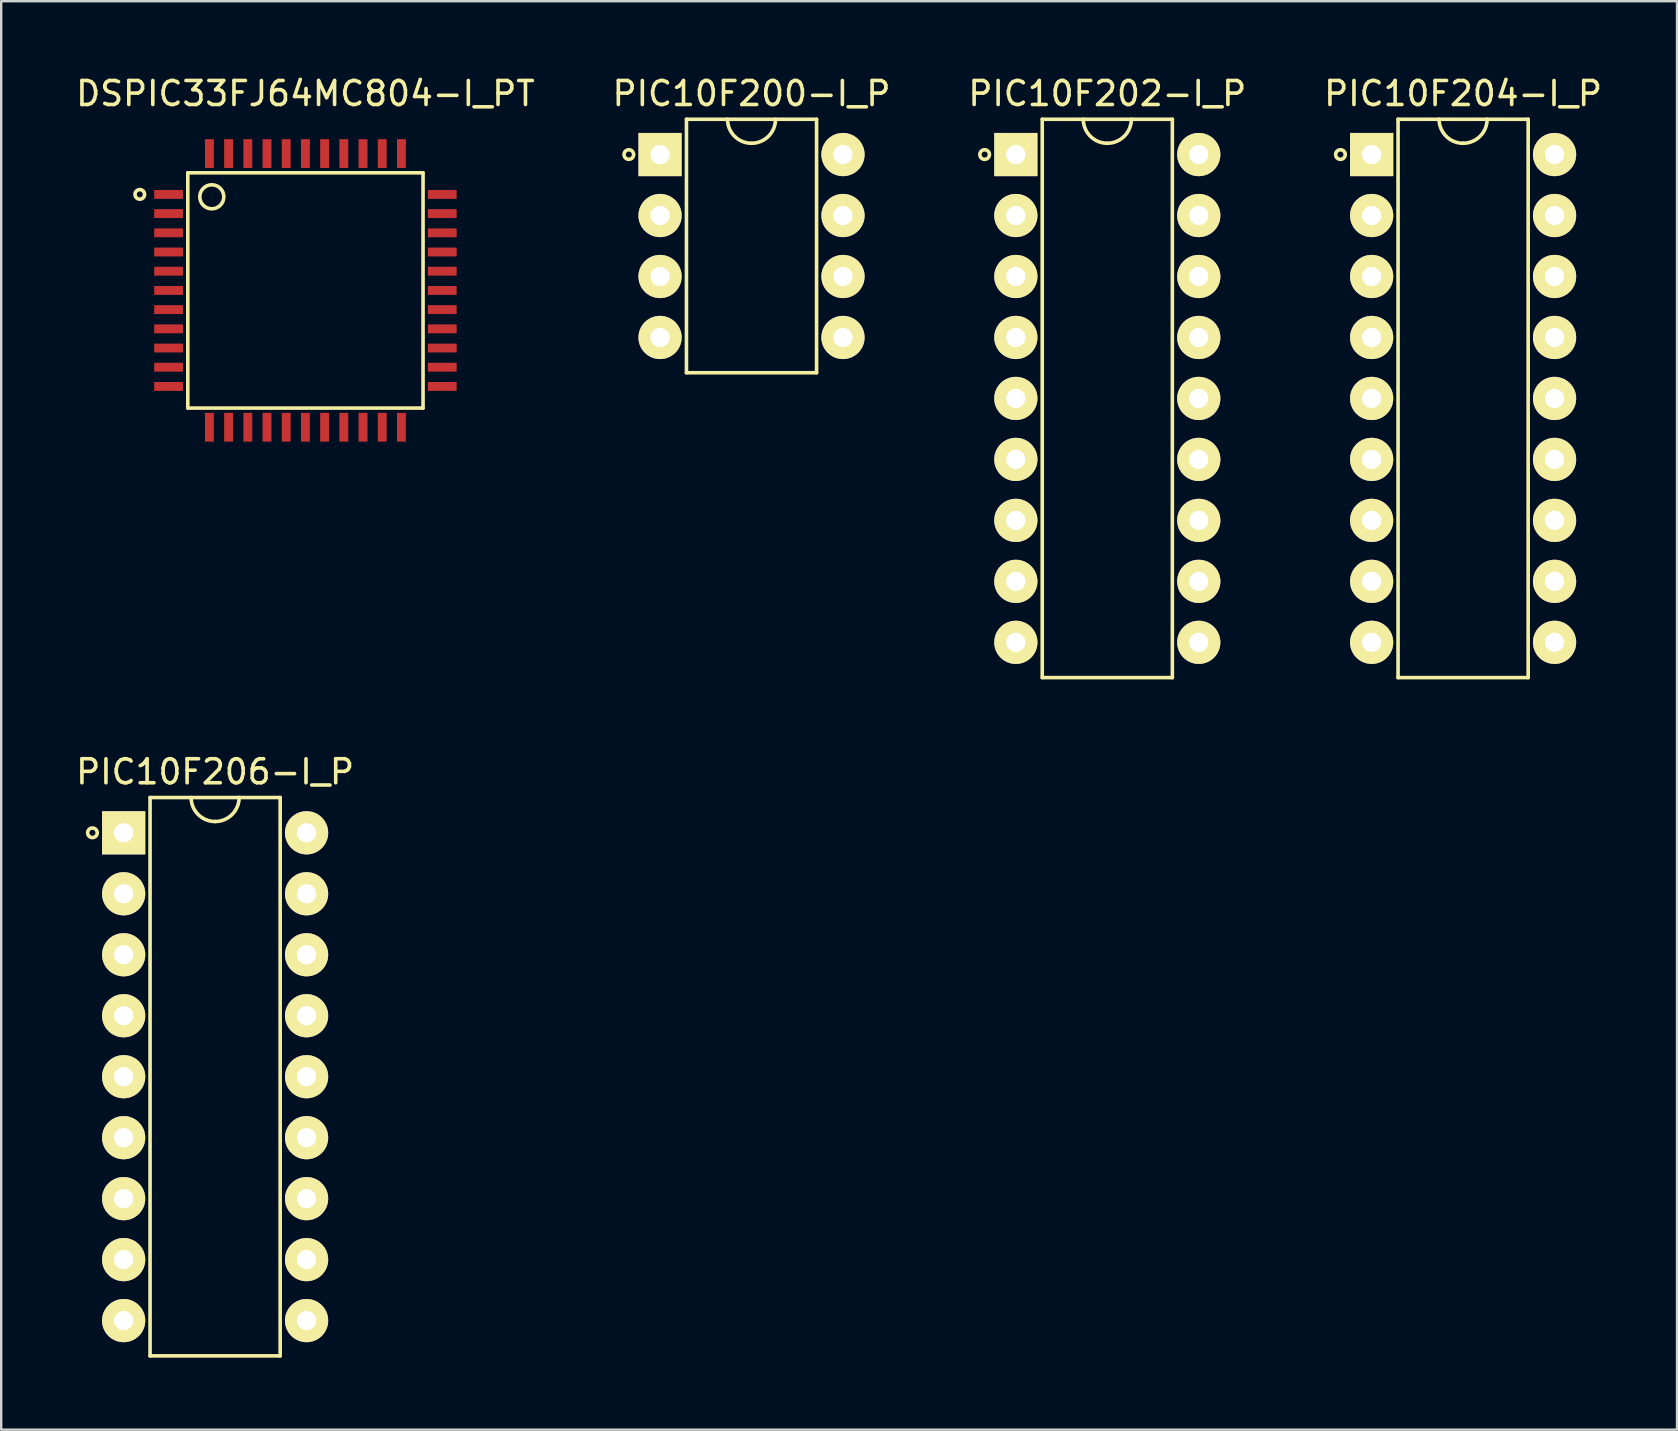
<source format=kicad_pcb>
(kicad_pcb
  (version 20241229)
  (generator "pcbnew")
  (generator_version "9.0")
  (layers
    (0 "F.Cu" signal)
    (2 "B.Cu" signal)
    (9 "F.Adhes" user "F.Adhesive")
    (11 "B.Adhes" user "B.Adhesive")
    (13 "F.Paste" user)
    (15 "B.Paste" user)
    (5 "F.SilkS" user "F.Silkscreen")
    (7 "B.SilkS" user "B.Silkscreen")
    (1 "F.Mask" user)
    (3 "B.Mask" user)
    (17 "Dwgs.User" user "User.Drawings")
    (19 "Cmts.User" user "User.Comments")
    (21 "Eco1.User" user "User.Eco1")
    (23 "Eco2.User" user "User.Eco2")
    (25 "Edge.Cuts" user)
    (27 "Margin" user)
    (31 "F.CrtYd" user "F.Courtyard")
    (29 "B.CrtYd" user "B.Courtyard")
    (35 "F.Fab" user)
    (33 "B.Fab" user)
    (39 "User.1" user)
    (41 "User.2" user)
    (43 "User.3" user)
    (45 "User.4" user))
  (footprint "PIC10F200-I_P"
    (layer "F.Cu")
    (at 24.446 3.388)
    (property "Reference" "PIC10F200-I_P" (at 3.81 -2.54 0) (layer "F.SilkS") (effects (font (size 1 1) (thickness 0.15))))
    (attr through_hole)
    (fp_line (start 1.1 -1.47) (end 6.52 -1.47) (stroke (width 0.15) (type solid)) (layer "F.SilkS"))
    (fp_line (start 1.1 9.09) (end 1.1 -1.47) (stroke (width 0.15) (type solid)) (layer "F.SilkS"))
    (fp_line (start 6.52 -1.47) (end 6.52 9.09) (stroke (width 0.15) (type solid)) (layer "F.SilkS"))
    (fp_line (start 6.52 9.09) (end 1.1 9.09) (stroke (width 0.15) (type solid)) (layer "F.SilkS"))
    (fp_arc (start 3.81 -0.47) (mid 3.102893 -0.762893) (end 2.81 -1.47) (stroke (width 0.15) (type solid)) (layer "F.SilkS"))
    (fp_arc (start 4.81 -1.47) (mid 4.517107 -0.762893) (end 3.81 -0.47) (stroke (width 0.15) (type solid)) (layer "F.SilkS"))
    (fp_circle (center -1.3 0) (end -1.3 0.2) (stroke (width 0.15) (type solid)) (fill no) (layer "F.SilkS"))
    (pad "1" thru_hole rect (at 0 0) (size 1.8 1.8) (drill 0.8) (layers "*.Cu" "*.Mask" "F.SilkS"))
    (pad "2" thru_hole circle (at 0 2.54) (size 1.8 1.8) (drill 0.8) (layers "*.Cu" "*.Mask" "F.SilkS"))
    (pad "3" thru_hole circle (at 0 5.08) (size 1.8 1.8) (drill 0.8) (layers "*.Cu" "*.Mask" "F.SilkS"))
    (pad "4" thru_hole circle (at 0 7.62) (size 1.8 1.8) (drill 0.8) (layers "*.Cu" "*.Mask" "F.SilkS"))
    (pad "5" thru_hole circle (at 7.62 7.62) (size 1.8 1.8) (drill 0.8) (layers "*.Cu" "*.Mask" "F.SilkS"))
    (pad "6" thru_hole circle (at 7.62 5.08) (size 1.8 1.8) (drill 0.8) (layers "*.Cu" "*.Mask" "F.SilkS"))
    (pad "7" thru_hole circle (at 7.62 2.54) (size 1.8 1.8) (drill 0.8) (layers "*.Cu" "*.Mask" "F.SilkS"))
    (pad "8" thru_hole circle (at 7.62 0) (size 1.8 1.8) (drill 0.8) (layers "*.Cu" "*.Mask" "F.SilkS")))
  (footprint "PIC10F206-I_P"
    (layer "F.Cu")
    (at 2.101 31.642)
    (property "Reference" "PIC10F206-I_P" (at 3.81 -2.54 0) (layer "F.SilkS") (effects (font (size 1 1) (thickness 0.15))))
    (attr through_hole)
    (fp_line (start 1.1 -1.47) (end 6.52 -1.47) (stroke (width 0.15) (type solid)) (layer "F.SilkS"))
    (fp_line (start 1.1 21.79) (end 1.1 -1.47) (stroke (width 0.15) (type solid)) (layer "F.SilkS"))
    (fp_line (start 6.52 -1.47) (end 6.52 21.79) (stroke (width 0.15) (type solid)) (layer "F.SilkS"))
    (fp_line (start 6.52 21.79) (end 1.1 21.79) (stroke (width 0.15) (type solid)) (layer "F.SilkS"))
    (fp_arc (start 3.81 -0.47) (mid 3.102893 -0.762893) (end 2.81 -1.47) (stroke (width 0.15) (type solid)) (layer "F.SilkS"))
    (fp_arc (start 4.81 -1.47) (mid 4.517107 -0.762893) (end 3.81 -0.47) (stroke (width 0.15) (type solid)) (layer "F.SilkS"))
    (fp_circle (center -1.3 0) (end -1.3 0.2) (stroke (width 0.15) (type solid)) (fill no) (layer "F.SilkS"))
    (pad "1" thru_hole rect (at 0 0) (size 1.8 1.8) (drill 0.8) (layers "*.Cu" "*.Mask" "F.SilkS"))
    (pad "2" thru_hole circle (at 0 2.54) (size 1.8 1.8) (drill 0.8) (layers "*.Cu" "*.Mask" "F.SilkS"))
    (pad "3" thru_hole circle (at 0 5.08) (size 1.8 1.8) (drill 0.8) (layers "*.Cu" "*.Mask" "F.SilkS"))
    (pad "4" thru_hole circle (at 0 7.62) (size 1.8 1.8) (drill 0.8) (layers "*.Cu" "*.Mask" "F.SilkS"))
    (pad "5" thru_hole circle (at 0 10.16) (size 1.8 1.8) (drill 0.8) (layers "*.Cu" "*.Mask" "F.SilkS"))
    (pad "6" thru_hole circle (at 0 12.7) (size 1.8 1.8) (drill 0.8) (layers "*.Cu" "*.Mask" "F.SilkS"))
    (pad "7" thru_hole circle (at 0 15.24) (size 1.8 1.8) (drill 0.8) (layers "*.Cu" "*.Mask" "F.SilkS"))
    (pad "8" thru_hole circle (at 0 17.78) (size 1.8 1.8) (drill 0.8) (layers "*.Cu" "*.Mask" "F.SilkS"))
    (pad "9" thru_hole circle (at 0 20.32) (size 1.8 1.8) (drill 0.8) (layers "*.Cu" "*.Mask" "F.SilkS"))
    (pad "10" thru_hole circle (at 7.62 20.32) (size 1.8 1.8) (drill 0.8) (layers "*.Cu" "*.Mask" "F.SilkS"))
    (pad "11" thru_hole circle (at 7.62 17.78) (size 1.8 1.8) (drill 0.8) (layers "*.Cu" "*.Mask" "F.SilkS"))
    (pad "12" thru_hole circle (at 7.62 15.24) (size 1.8 1.8) (drill 0.8) (layers "*.Cu" "*.Mask" "F.SilkS"))
    (pad "13" thru_hole circle (at 7.62 12.7) (size 1.8 1.8) (drill 0.8) (layers "*.Cu" "*.Mask" "F.SilkS"))
    (pad "14" thru_hole circle (at 7.62 10.16) (size 1.8 1.8) (drill 0.8) (layers "*.Cu" "*.Mask" "F.SilkS"))
    (pad "15" thru_hole circle (at 7.62 7.62) (size 1.8 1.8) (drill 0.8) (layers "*.Cu" "*.Mask" "F.SilkS"))
    (pad "16" thru_hole circle (at 7.62 5.08) (size 1.8 1.8) (drill 0.8) (layers "*.Cu" "*.Mask" "F.SilkS"))
    (pad "17" thru_hole circle (at 7.62 2.54) (size 1.8 1.8) (drill 0.8) (layers "*.Cu" "*.Mask" "F.SilkS"))
    (pad "18" thru_hole circle (at 7.62 0) (size 1.8 1.8) (drill 0.8) (layers "*.Cu" "*.Mask" "F.SilkS")))
  (footprint "PIC10F204-I_P"
    (layer "F.Cu")
    (at 54.089 3.388)
    (property "Reference" "PIC10F204-I_P" (at 3.81 -2.54 0) (layer "F.SilkS") (effects (font (size 1 1) (thickness 0.15))))
    (attr through_hole)
    (fp_line (start 1.1 -1.47) (end 6.52 -1.47) (stroke (width 0.15) (type solid)) (layer "F.SilkS"))
    (fp_line (start 1.1 21.79) (end 1.1 -1.47) (stroke (width 0.15) (type solid)) (layer "F.SilkS"))
    (fp_line (start 6.52 -1.47) (end 6.52 21.79) (stroke (width 0.15) (type solid)) (layer "F.SilkS"))
    (fp_line (start 6.52 21.79) (end 1.1 21.79) (stroke (width 0.15) (type solid)) (layer "F.SilkS"))
    (fp_arc (start 3.81 -0.47) (mid 3.102893 -0.762893) (end 2.81 -1.47) (stroke (width 0.15) (type solid)) (layer "F.SilkS"))
    (fp_arc (start 4.81 -1.47) (mid 4.517107 -0.762893) (end 3.81 -0.47) (stroke (width 0.15) (type solid)) (layer "F.SilkS"))
    (fp_circle (center -1.3 0) (end -1.3 0.2) (stroke (width 0.15) (type solid)) (fill no) (layer "F.SilkS"))
    (pad "1" thru_hole rect (at 0 0) (size 1.8 1.8) (drill 0.8) (layers "*.Cu" "*.Mask" "F.SilkS"))
    (pad "2" thru_hole circle (at 0 2.54) (size 1.8 1.8) (drill 0.8) (layers "*.Cu" "*.Mask" "F.SilkS"))
    (pad "3" thru_hole circle (at 0 5.08) (size 1.8 1.8) (drill 0.8) (layers "*.Cu" "*.Mask" "F.SilkS"))
    (pad "4" thru_hole circle (at 0 7.62) (size 1.8 1.8) (drill 0.8) (layers "*.Cu" "*.Mask" "F.SilkS"))
    (pad "5" thru_hole circle (at 0 10.16) (size 1.8 1.8) (drill 0.8) (layers "*.Cu" "*.Mask" "F.SilkS"))
    (pad "6" thru_hole circle (at 0 12.7) (size 1.8 1.8) (drill 0.8) (layers "*.Cu" "*.Mask" "F.SilkS"))
    (pad "7" thru_hole circle (at 0 15.24) (size 1.8 1.8) (drill 0.8) (layers "*.Cu" "*.Mask" "F.SilkS"))
    (pad "8" thru_hole circle (at 0 17.78) (size 1.8 1.8) (drill 0.8) (layers "*.Cu" "*.Mask" "F.SilkS"))
    (pad "9" thru_hole circle (at 0 20.32) (size 1.8 1.8) (drill 0.8) (layers "*.Cu" "*.Mask" "F.SilkS"))
    (pad "10" thru_hole circle (at 7.62 20.32) (size 1.8 1.8) (drill 0.8) (layers "*.Cu" "*.Mask" "F.SilkS"))
    (pad "11" thru_hole circle (at 7.62 17.78) (size 1.8 1.8) (drill 0.8) (layers "*.Cu" "*.Mask" "F.SilkS"))
    (pad "12" thru_hole circle (at 7.62 15.24) (size 1.8 1.8) (drill 0.8) (layers "*.Cu" "*.Mask" "F.SilkS"))
    (pad "13" thru_hole circle (at 7.62 12.7) (size 1.8 1.8) (drill 0.8) (layers "*.Cu" "*.Mask" "F.SilkS"))
    (pad "14" thru_hole circle (at 7.62 10.16) (size 1.8 1.8) (drill 0.8) (layers "*.Cu" "*.Mask" "F.SilkS"))
    (pad "15" thru_hole circle (at 7.62 7.62) (size 1.8 1.8) (drill 0.8) (layers "*.Cu" "*.Mask" "F.SilkS"))
    (pad "16" thru_hole circle (at 7.62 5.08) (size 1.8 1.8) (drill 0.8) (layers "*.Cu" "*.Mask" "F.SilkS"))
    (pad "17" thru_hole circle (at 7.62 2.54) (size 1.8 1.8) (drill 0.8) (layers "*.Cu" "*.Mask" "F.SilkS"))
    (pad "18" thru_hole circle (at 7.62 0) (size 1.8 1.8) (drill 0.8) (layers "*.Cu" "*.Mask" "F.SilkS")))
  (footprint "DSPIC33FJ64MC804-I_PT"
    (layer "F.Cu")
    (at 3.973 3.348)
    (property "Reference" "DSPIC33FJ64MC804-I_PT" (at 5.7 -2.5 0) (layer "F.SilkS") (effects (font (size 1 1) (thickness 0.15))))
    (attr through_hole)
    (fp_line (start 0.8 0.8) (end 0.8 10.6) (stroke (width 0.15) (type solid)) (layer "F.SilkS"))
    (fp_line (start 0.8 0.8) (end 10.6 0.8) (stroke (width 0.15) (type solid)) (layer "F.SilkS"))
    (fp_line (start 0.8 10.6) (end 10.6 10.6) (stroke (width 0.15) (type solid)) (layer "F.SilkS"))
    (fp_line (start 10.6 10.6) (end 10.6 0.8) (stroke (width 0.15) (type solid)) (layer "F.SilkS"))
    (fp_circle (center -1.2 1.7) (end -1.2 1.5) (stroke (width 0.15) (type solid)) (fill no) (layer "F.SilkS"))
    (fp_circle (center 1.8 1.8) (end 1.8 1.3) (stroke (width 0.15) (type solid)) (fill no) (layer "F.SilkS"))
    (pad "1" smd rect (at 0 1.7) (size 1.2 0.37) (layers "F.Cu" "F.Mask" "F.Paste"))
    (pad "2" smd rect (at 0 2.5) (size 1.2 0.37) (layers "F.Cu" "F.Mask" "F.Paste"))
    (pad "3" smd rect (at 0 3.3) (size 1.2 0.37) (layers "F.Cu" "F.Mask" "F.Paste"))
    (pad "4" smd rect (at 0 4.1) (size 1.2 0.37) (layers "F.Cu" "F.Mask" "F.Paste"))
    (pad "5" smd rect (at 0 4.9) (size 1.2 0.37) (layers "F.Cu" "F.Mask" "F.Paste"))
    (pad "6" smd rect (at 0 5.7) (size 1.2 0.37) (layers "F.Cu" "F.Mask" "F.Paste"))
    (pad "7" smd rect (at 0 6.5) (size 1.2 0.37) (layers "F.Cu" "F.Mask" "F.Paste"))
    (pad "8" smd rect (at 0 7.3) (size 1.2 0.37) (layers "F.Cu" "F.Mask" "F.Paste"))
    (pad "9" smd rect (at 0 8.1) (size 1.2 0.37) (layers "F.Cu" "F.Mask" "F.Paste"))
    (pad "10" smd rect (at 0 8.9) (size 1.2 0.37) (layers "F.Cu" "F.Mask" "F.Paste"))
    (pad "11" smd rect (at 0 9.7) (size 1.2 0.37) (layers "F.Cu" "F.Mask" "F.Paste"))
    (pad "12" smd rect (at 1.7 11.4) (size 0.37 1.2) (layers "F.Cu" "F.Mask" "F.Paste"))
    (pad "13" smd rect (at 2.5 11.4) (size 0.37 1.2) (layers "F.Cu" "F.Mask" "F.Paste"))
    (pad "14" smd rect (at 3.3 11.4) (size 0.37 1.2) (layers "F.Cu" "F.Mask" "F.Paste"))
    (pad "15" smd rect (at 4.1 11.4) (size 0.37 1.2) (layers "F.Cu" "F.Mask" "F.Paste"))
    (pad "16" smd rect (at 4.9 11.4) (size 0.37 1.2) (layers "F.Cu" "F.Mask" "F.Paste"))
    (pad "17" smd rect (at 5.7 11.4) (size 0.37 1.2) (layers "F.Cu" "F.Mask" "F.Paste"))
    (pad "18" smd rect (at 6.5 11.4) (size 0.37 1.2) (layers "F.Cu" "F.Mask" "F.Paste"))
    (pad "19" smd rect (at 7.3 11.4) (size 0.37 1.2) (layers "F.Cu" "F.Mask" "F.Paste"))
    (pad "20" smd rect (at 8.1 11.4) (size 0.37 1.2) (layers "F.Cu" "F.Mask" "F.Paste"))
    (pad "21" smd rect (at 8.9 11.4) (size 0.37 1.2) (layers "F.Cu" "F.Mask" "F.Paste"))
    (pad "22" smd rect (at 9.7 11.4) (size 0.37 1.2) (layers "F.Cu" "F.Mask" "F.Paste"))
    (pad "23" smd rect (at 11.4 9.7) (size 1.2 0.37) (layers "F.Cu" "F.Mask" "F.Paste"))
    (pad "24" smd rect (at 11.4 8.9) (size 1.2 0.37) (layers "F.Cu" "F.Mask" "F.Paste"))
    (pad "25" smd rect (at 11.4 8.1) (size 1.2 0.37) (layers "F.Cu" "F.Mask" "F.Paste"))
    (pad "26" smd rect (at 11.4 7.3) (size 1.2 0.37) (layers "F.Cu" "F.Mask" "F.Paste"))
    (pad "27" smd rect (at 11.4 6.5) (size 1.2 0.37) (layers "F.Cu" "F.Mask" "F.Paste"))
    (pad "28" smd rect (at 11.4 5.7) (size 1.2 0.37) (layers "F.Cu" "F.Mask" "F.Paste"))
    (pad "29" smd rect (at 11.4 4.9) (size 1.2 0.37) (layers "F.Cu" "F.Mask" "F.Paste"))
    (pad "30" smd rect (at 11.4 4.1) (size 1.2 0.37) (layers "F.Cu" "F.Mask" "F.Paste"))
    (pad "31" smd rect (at 11.4 3.3) (size 1.2 0.37) (layers "F.Cu" "F.Mask" "F.Paste"))
    (pad "32" smd rect (at 11.4 2.5) (size 1.2 0.37) (layers "F.Cu" "F.Mask" "F.Paste"))
    (pad "33" smd rect (at 11.4 1.7) (size 1.2 0.37) (layers "F.Cu" "F.Mask" "F.Paste"))
    (pad "34" smd rect (at 9.7 0) (size 0.37 1.2) (layers "F.Cu" "F.Mask" "F.Paste"))
    (pad "35" smd rect (at 8.9 0) (size 0.37 1.2) (layers "F.Cu" "F.Mask" "F.Paste"))
    (pad "36" smd rect (at 8.1 0) (size 0.37 1.2) (layers "F.Cu" "F.Mask" "F.Paste"))
    (pad "37" smd rect (at 7.3 0) (size 0.37 1.2) (layers "F.Cu" "F.Mask" "F.Paste"))
    (pad "38" smd rect (at 6.5 0) (size 0.37 1.2) (layers "F.Cu" "F.Mask" "F.Paste"))
    (pad "39" smd rect (at 5.7 0) (size 0.37 1.2) (layers "F.Cu" "F.Mask" "F.Paste"))
    (pad "40" smd rect (at 4.9 0) (size 0.37 1.2) (layers "F.Cu" "F.Mask" "F.Paste"))
    (pad "41" smd rect (at 4.1 0) (size 0.37 1.2) (layers "F.Cu" "F.Mask" "F.Paste"))
    (pad "42" smd rect (at 3.3 0) (size 0.37 1.2) (layers "F.Cu" "F.Mask" "F.Paste"))
    (pad "43" smd rect (at 2.5 0) (size 0.37 1.2) (layers "F.Cu" "F.Mask" "F.Paste"))
    (pad "44" smd rect (at 1.7 0) (size 0.37 1.2) (layers "F.Cu" "F.Mask" "F.Paste")))
  (footprint "PIC10F202-I_P"
    (layer "F.Cu")
    (at 39.267 3.388)
    (property "Reference" "PIC10F202-I_P" (at 3.81 -2.54 0) (layer "F.SilkS") (effects (font (size 1 1) (thickness 0.15))))
    (attr through_hole)
    (fp_line (start 1.1 -1.47) (end 6.52 -1.47) (stroke (width 0.15) (type solid)) (layer "F.SilkS"))
    (fp_line (start 1.1 21.79) (end 1.1 -1.47) (stroke (width 0.15) (type solid)) (layer "F.SilkS"))
    (fp_line (start 6.52 -1.47) (end 6.52 21.79) (stroke (width 0.15) (type solid)) (layer "F.SilkS"))
    (fp_line (start 6.52 21.79) (end 1.1 21.79) (stroke (width 0.15) (type solid)) (layer "F.SilkS"))
    (fp_arc (start 3.81 -0.47) (mid 3.102893 -0.762893) (end 2.81 -1.47) (stroke (width 0.15) (type solid)) (layer "F.SilkS"))
    (fp_arc (start 4.81 -1.47) (mid 4.517107 -0.762893) (end 3.81 -0.47) (stroke (width 0.15) (type solid)) (layer "F.SilkS"))
    (fp_circle (center -1.3 0) (end -1.3 0.2) (stroke (width 0.15) (type solid)) (fill no) (layer "F.SilkS"))
    (pad "1" thru_hole rect (at 0 0) (size 1.8 1.8) (drill 0.8) (layers "*.Cu" "*.Mask" "F.SilkS"))
    (pad "2" thru_hole circle (at 0 2.54) (size 1.8 1.8) (drill 0.8) (layers "*.Cu" "*.Mask" "F.SilkS"))
    (pad "3" thru_hole circle (at 0 5.08) (size 1.8 1.8) (drill 0.8) (layers "*.Cu" "*.Mask" "F.SilkS"))
    (pad "4" thru_hole circle (at 0 7.62) (size 1.8 1.8) (drill 0.8) (layers "*.Cu" "*.Mask" "F.SilkS"))
    (pad "5" thru_hole circle (at 0 10.16) (size 1.8 1.8) (drill 0.8) (layers "*.Cu" "*.Mask" "F.SilkS"))
    (pad "6" thru_hole circle (at 0 12.7) (size 1.8 1.8) (drill 0.8) (layers "*.Cu" "*.Mask" "F.SilkS"))
    (pad "7" thru_hole circle (at 0 15.24) (size 1.8 1.8) (drill 0.8) (layers "*.Cu" "*.Mask" "F.SilkS"))
    (pad "8" thru_hole circle (at 0 17.78) (size 1.8 1.8) (drill 0.8) (layers "*.Cu" "*.Mask" "F.SilkS"))
    (pad "9" thru_hole circle (at 0 20.32) (size 1.8 1.8) (drill 0.8) (layers "*.Cu" "*.Mask" "F.SilkS"))
    (pad "10" thru_hole circle (at 7.62 20.32) (size 1.8 1.8) (drill 0.8) (layers "*.Cu" "*.Mask" "F.SilkS"))
    (pad "11" thru_hole circle (at 7.62 17.78) (size 1.8 1.8) (drill 0.8) (layers "*.Cu" "*.Mask" "F.SilkS"))
    (pad "12" thru_hole circle (at 7.62 15.24) (size 1.8 1.8) (drill 0.8) (layers "*.Cu" "*.Mask" "F.SilkS"))
    (pad "13" thru_hole circle (at 7.62 12.7) (size 1.8 1.8) (drill 0.8) (layers "*.Cu" "*.Mask" "F.SilkS"))
    (pad "14" thru_hole circle (at 7.62 10.16) (size 1.8 1.8) (drill 0.8) (layers "*.Cu" "*.Mask" "F.SilkS"))
    (pad "15" thru_hole circle (at 7.62 7.62) (size 1.8 1.8) (drill 0.8) (layers "*.Cu" "*.Mask" "F.SilkS"))
    (pad "16" thru_hole circle (at 7.62 5.08) (size 1.8 1.8) (drill 0.8) (layers "*.Cu" "*.Mask" "F.SilkS"))
    (pad "17" thru_hole circle (at 7.62 2.54) (size 1.8 1.8) (drill 0.8) (layers "*.Cu" "*.Mask" "F.SilkS"))
    (pad "18" thru_hole circle (at 7.62 0) (size 1.8 1.8) (drill 0.8) (layers "*.Cu" "*.Mask" "F.SilkS")))
  (gr_rect
    (start -3 -3)
    (end 66.81 56.507)
    (stroke (width 0.1) (type default))
    (fill no)
    (layer "Edge.Cuts")))
</source>
